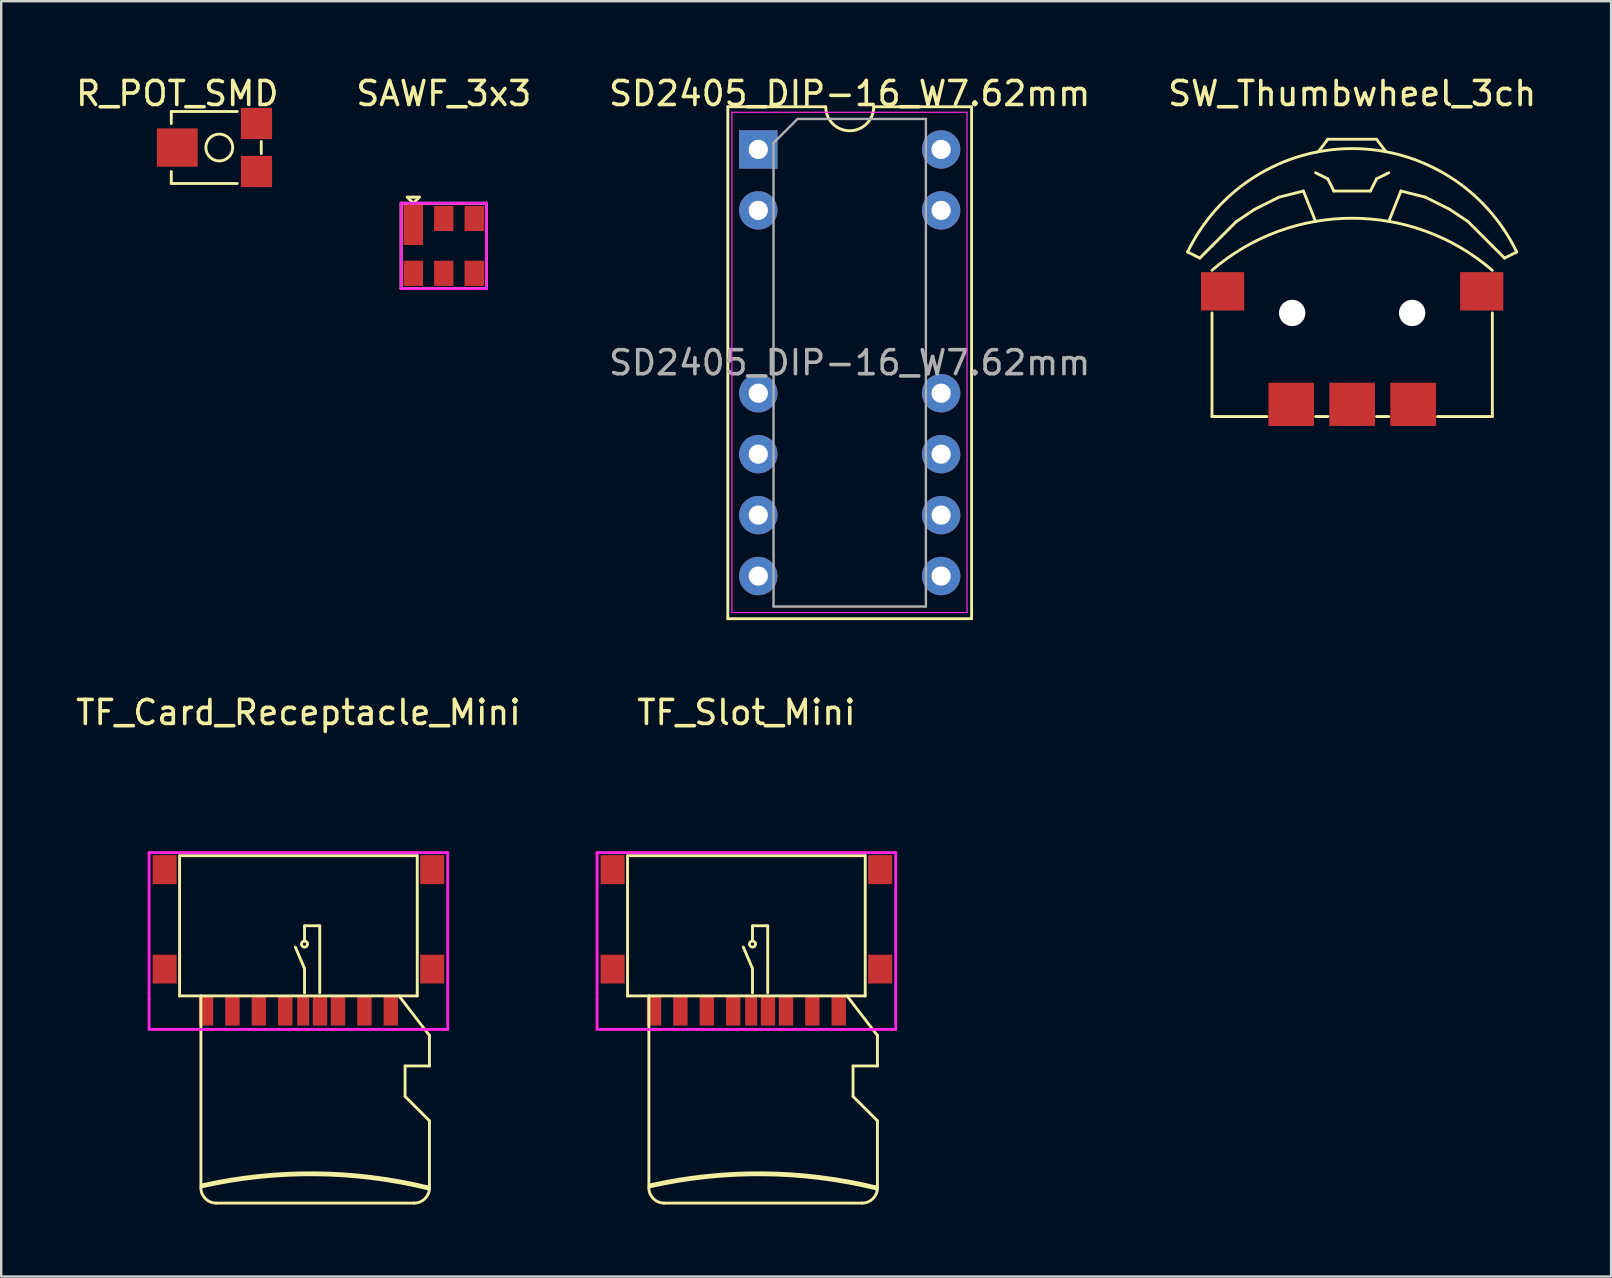
<source format=kicad_pcb>
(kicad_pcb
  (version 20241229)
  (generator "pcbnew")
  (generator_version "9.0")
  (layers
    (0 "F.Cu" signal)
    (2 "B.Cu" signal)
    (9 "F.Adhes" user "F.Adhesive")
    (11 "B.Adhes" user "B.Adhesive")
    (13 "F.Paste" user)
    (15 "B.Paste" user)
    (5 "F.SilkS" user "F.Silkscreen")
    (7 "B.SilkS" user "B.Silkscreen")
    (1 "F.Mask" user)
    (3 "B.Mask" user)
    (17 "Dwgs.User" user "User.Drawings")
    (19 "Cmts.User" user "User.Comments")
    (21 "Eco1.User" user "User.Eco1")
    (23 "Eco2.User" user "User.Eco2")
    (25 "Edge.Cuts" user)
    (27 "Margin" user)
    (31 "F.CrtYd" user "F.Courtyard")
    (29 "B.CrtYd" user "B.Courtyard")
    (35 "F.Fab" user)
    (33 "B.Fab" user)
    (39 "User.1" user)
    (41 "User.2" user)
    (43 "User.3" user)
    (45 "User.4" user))
  (footprint "R_POT_SMD"
    (layer "F.Cu")
    (at 4.339 3.098)
    (property "Reference" "R_POT_SMD" (at 0 -2.25 0) (layer "F.SilkS") (effects (font (size 1 1) (thickness 0.15))))
    (attr through_hole)
    (fp_line (start -0.25 -1.5) (end -0.25 -1) (stroke (width 0.12) (type solid)) (layer "F.SilkS"))
    (fp_line (start -0.25 -1.5) (end 2.5 -1.5) (stroke (width 0.12) (type solid)) (layer "F.SilkS"))
    (fp_line (start -0.25 1) (end -0.25 1.5) (stroke (width 0.12) (type solid)) (layer "F.SilkS"))
    (fp_line (start -0.25 1.5) (end 2.5 1.5) (stroke (width 0.12) (type solid)) (layer "F.SilkS"))
    (fp_line (start 3.5 -0.25) (end 3.5 0.25) (stroke (width 0.12) (type solid)) (layer "F.SilkS"))
    (fp_circle (center 1.75 0) (end 2.25 0.25) (stroke (width 0.12) (type solid)) (fill no) (layer "F.SilkS"))
    (pad "1" smd rect (at 3.3 1) (size 1.3 1.3) (layers "F.Cu" "F.Mask" "F.Paste"))
    (pad "2" smd rect (at 0 0) (size 1.7 1.6) (layers "F.Cu" "F.Mask" "F.Paste"))
    (pad "3" smd rect (at 3.3 -1) (size 1.3 1.3) (layers "F.Cu" "F.Mask" "F.Paste")))
  (footprint "SAWF_3x3"
    (layer "F.Cu")
    (at 15.446 7.198)
    (property "Reference" "SAWF_3x3" (at 0 -6.35 0) (layer "F.SilkS") (effects (font (size 1 1) (thickness 0.15))))
    (attr through_hole)
    (fp_line (start -1.778 -1.778) (end -1.778 1.778) (stroke (width 0.12) (type solid)) (layer "F.SilkS"))
    (fp_line (start -1.778 -1.778) (end -1.524 -1.778) (stroke (width 0.12) (type solid)) (layer "F.SilkS"))
    (fp_line (start -1.778 1.778) (end 1.778 1.778) (stroke (width 0.12) (type solid)) (layer "F.SilkS"))
    (fp_line (start -1.524 -2.032) (end -1.27 -2.032) (stroke (width 0.12) (type solid)) (layer "F.SilkS"))
    (fp_line (start -1.27 -2.032) (end -1.016 -2.032) (stroke (width 0.12) (type solid)) (layer "F.SilkS"))
    (fp_line (start -1.27 -1.778) (end -1.524 -2.032) (stroke (width 0.12) (type solid)) (layer "F.SilkS"))
    (fp_line (start -1.016 -2.032) (end -1.27 -1.778) (stroke (width 0.12) (type solid)) (layer "F.SilkS"))
    (fp_line (start 1.778 -1.778) (end -1.016 -1.778) (stroke (width 0.12) (type solid)) (layer "F.SilkS"))
    (fp_line (start 1.778 1.778) (end 1.778 -1.778) (stroke (width 0.12) (type solid)) (layer "F.SilkS"))
    (fp_line (start -1.778 -1.778) (end 1.778 -1.778) (stroke (width 0.12) (type solid)) (layer "F.CrtYd"))
    (fp_line (start -1.778 1.778) (end -1.778 -1.778) (stroke (width 0.12) (type solid)) (layer "F.CrtYd"))
    (fp_line (start 1.778 -1.778) (end 1.778 1.778) (stroke (width 0.12) (type solid)) (layer "F.CrtYd"))
    (fp_line (start 1.778 1.778) (end -1.778 1.778) (stroke (width 0.12) (type solid)) (layer "F.CrtYd"))
    (pad "1" smd rect (at -1.27 -0.889) (size 0.81 1.7) (layers "F.Cu" "F.Mask" "F.Paste"))
    (pad "2" smd rect (at 0 -1.143) (size 0.81 1.05) (layers "F.Cu" "F.Mask" "F.Paste"))
    (pad "3" smd rect (at 1.27 -1.143) (size 0.81 1.05) (layers "F.Cu" "F.Mask" "F.Paste"))
    (pad "4" smd rect (at 1.27 1.143) (size 0.81 1.05) (layers "F.Cu" "F.Mask" "F.Paste"))
    (pad "5" smd rect (at 0 1.143) (size 0.81 1.05) (layers "F.Cu" "F.Mask" "F.Paste"))
    (pad "6" smd rect (at -1.27 1.143) (size 0.81 1.05) (layers "F.Cu" "F.Mask" "F.Paste")))
  (footprint "TF_Card_Receptacle_Mini"
    (layer "F.Cu")
    (at 9.387 39.09)
    (property "Reference" "TF_Card_Receptacle_Mini" (at 0 -12.446 0) (layer "F.SilkS") (effects (font (size 1 1) (thickness 0.15))))
    (attr through_hole)
    (fp_line (start -4.953 -6.477) (end -4.953 -0.635) (stroke (width 0.12) (type solid)) (layer "F.SilkS"))
    (fp_line (start -4.953 -6.477) (end 4.953 -6.477) (stroke (width 0.12) (type solid)) (layer "F.SilkS"))
    (fp_line (start -4.064 7.366) (end -4.064 -0.635) (stroke (width 0.12) (type solid)) (layer "F.SilkS"))
    (fp_line (start 0.254 -3.556) (end 0.254 -2.921) (stroke (width 0.12) (type solid)) (layer "F.SilkS"))
    (fp_line (start 0.254 -1.778) (end -0.127 -2.667) (stroke (width 0.12) (type solid)) (layer "F.SilkS"))
    (fp_line (start 0.254 -1.778) (end 0.254 -0.762) (stroke (width 0.12) (type solid)) (layer "F.SilkS"))
    (fp_line (start 0.889 -3.556) (end 0.254 -3.556) (stroke (width 0.12) (type solid)) (layer "F.SilkS"))
    (fp_line (start 0.889 -0.762) (end 0.889 -3.556) (stroke (width 0.12) (type solid)) (layer "F.SilkS"))
    (fp_line (start 4.191 -0.635) (end 5.461 1.016) (stroke (width 0.12) (type solid)) (layer "F.SilkS"))
    (fp_line (start 4.445 2.286) (end 4.445 3.556) (stroke (width 0.12) (type solid)) (layer "F.SilkS"))
    (fp_line (start 4.445 3.556) (end 5.461 4.572) (stroke (width 0.12) (type solid)) (layer "F.SilkS"))
    (fp_line (start 4.826 8.001) (end -3.429 8.001) (stroke (width 0.12) (type solid)) (layer "F.SilkS"))
    (fp_line (start 4.953 -6.477) (end 4.953 -0.635) (stroke (width 0.12) (type solid)) (layer "F.SilkS"))
    (fp_line (start 4.953 -0.635) (end -4.953 -0.635) (stroke (width 0.12) (type solid)) (layer "F.SilkS"))
    (fp_line (start 5.461 1.016) (end 5.461 2.286) (stroke (width 0.12) (type solid)) (layer "F.SilkS"))
    (fp_line (start 5.461 2.286) (end 4.445 2.286) (stroke (width 0.12) (type solid)) (layer "F.SilkS"))
    (fp_line (start 5.461 4.572) (end 5.461 7.366) (stroke (width 0.12) (type solid)) (layer "F.SilkS"))
    (fp_arc (start -3.992424 7.275171) (mid 0.707769 6.779841) (end 5.3975 7.366) (stroke (width 0.2) (type solid)) (layer "F.SilkS"))
    (fp_arc (start -3.429 8.001) (mid -3.878013 7.815013) (end -4.064 7.366) (stroke (width 0.12) (type solid)) (layer "F.SilkS"))
    (fp_arc (start 5.461 7.366) (mid 5.275013 7.815013) (end 4.826 8.001) (stroke (width 0.12) (type solid)) (layer "F.SilkS"))
    (fp_circle (center 0.254 -2.794) (end 0.254 -2.667) (stroke (width 0.12) (type solid)) (fill no) (layer "F.SilkS"))
    (fp_line (start -6.223 -6.604) (end 6.223 -6.604) (stroke (width 0.12) (type solid)) (layer "F.CrtYd"))
    (fp_line (start -6.223 -0.508) (end -6.223 -6.604) (stroke (width 0.12) (type solid)) (layer "F.CrtYd"))
    (fp_line (start -6.223 0.762) (end -6.223 -0.508) (stroke (width 0.12) (type solid)) (layer "F.CrtYd"))
    (fp_line (start 6.223 -6.604) (end 6.223 0.762) (stroke (width 0.12) (type solid)) (layer "F.CrtYd"))
    (fp_line (start 6.223 0.762) (end -6.223 0.762) (stroke (width 0.12) (type solid)) (layer "F.CrtYd"))
    (pad "1" smd rect (at 3.85 0) (size 0.6 1.2) (layers "F.Cu" "F.Mask" "F.Paste"))
    (pad "2" smd rect (at 2.75 0) (size 0.6 1.2) (layers "F.Cu" "F.Mask" "F.Paste"))
    (pad "3" smd rect (at 1.65 0) (size 0.6 1.2) (layers "F.Cu" "F.Mask" "F.Paste"))
    (pad "4" smd rect (at 0.9 0) (size 0.6 1.2) (layers "F.Cu" "F.Mask" "F.Paste"))
    (pad "5" smd rect (at -0.55 0) (size 0.6 1.2) (layers "F.Cu" "F.Mask" "F.Paste"))
    (pad "6" smd rect (at -1.65 0) (size 0.6 1.2) (layers "F.Cu" "F.Mask" "F.Paste"))
    (pad "7" smd rect (at -2.75 0) (size 0.6 1.2) (layers "F.Cu" "F.Mask" "F.Paste"))
    (pad "8" smd rect (at -3.85 0) (size 0.6 1.2) (layers "F.Cu" "F.Mask" "F.Paste"))
    (pad "S" smd rect (at -5.575 -5.9) (size 1 1.2) (layers "F.Cu" "F.Mask" "F.Paste"))
    (pad "S" smd rect (at -5.575 -1.75) (size 1 1.2) (layers "F.Cu" "F.Mask" "F.Paste"))
    (pad "S" smd rect (at 5.575 -5.9) (size 1 1.2) (layers "F.Cu" "F.Mask" "F.Paste"))
    (pad "S" smd rect (at 5.575 -1.75) (size 1 1.2) (layers "F.Cu" "F.Mask" "F.Paste"))
    (pad "SW" smd rect (at 0.2 0) (size 0.5 1.2) (layers "F.Cu" "F.Mask" "F.Paste")))
  (footprint "TF_Slot_Mini"
    (layer "F.Cu")
    (at 28.057 39.09)
    (property "Reference" "TF_Slot_Mini" (at 0 -12.446 0) (layer "F.SilkS") (effects (font (size 1 1) (thickness 0.15))))
    (attr through_hole)
    (fp_line (start -4.953 -6.477) (end -4.953 -0.635) (stroke (width 0.12) (type solid)) (layer "F.SilkS"))
    (fp_line (start -4.953 -6.477) (end 4.953 -6.477) (stroke (width 0.12) (type solid)) (layer "F.SilkS"))
    (fp_line (start -4.064 7.366) (end -4.064 -0.635) (stroke (width 0.12) (type solid)) (layer "F.SilkS"))
    (fp_line (start 0.254 -3.556) (end 0.254 -2.921) (stroke (width 0.12) (type solid)) (layer "F.SilkS"))
    (fp_line (start 0.254 -1.778) (end -0.127 -2.667) (stroke (width 0.12) (type solid)) (layer "F.SilkS"))
    (fp_line (start 0.254 -1.778) (end 0.254 -0.762) (stroke (width 0.12) (type solid)) (layer "F.SilkS"))
    (fp_line (start 0.889 -3.556) (end 0.254 -3.556) (stroke (width 0.12) (type solid)) (layer "F.SilkS"))
    (fp_line (start 0.889 -0.762) (end 0.889 -3.556) (stroke (width 0.12) (type solid)) (layer "F.SilkS"))
    (fp_line (start 4.191 -0.635) (end 5.461 1.016) (stroke (width 0.12) (type solid)) (layer "F.SilkS"))
    (fp_line (start 4.445 2.286) (end 4.445 3.556) (stroke (width 0.12) (type solid)) (layer "F.SilkS"))
    (fp_line (start 4.445 3.556) (end 5.461 4.572) (stroke (width 0.12) (type solid)) (layer "F.SilkS"))
    (fp_line (start 4.826 8.001) (end -3.429 8.001) (stroke (width 0.12) (type solid)) (layer "F.SilkS"))
    (fp_line (start 4.953 -6.477) (end 4.953 -0.635) (stroke (width 0.12) (type solid)) (layer "F.SilkS"))
    (fp_line (start 4.953 -0.635) (end -4.953 -0.635) (stroke (width 0.12) (type solid)) (layer "F.SilkS"))
    (fp_line (start 5.461 1.016) (end 5.461 2.286) (stroke (width 0.12) (type solid)) (layer "F.SilkS"))
    (fp_line (start 5.461 2.286) (end 4.445 2.286) (stroke (width 0.12) (type solid)) (layer "F.SilkS"))
    (fp_line (start 5.461 4.572) (end 5.461 7.366) (stroke (width 0.12) (type solid)) (layer "F.SilkS"))
    (fp_arc (start -3.992424 7.275171) (mid 0.707769 6.779841) (end 5.3975 7.366) (stroke (width 0.2) (type solid)) (layer "F.SilkS"))
    (fp_arc (start -3.429 8.001) (mid -3.878013 7.815013) (end -4.064 7.366) (stroke (width 0.12) (type solid)) (layer "F.SilkS"))
    (fp_arc (start 5.461 7.366) (mid 5.275013 7.815013) (end 4.826 8.001) (stroke (width 0.12) (type solid)) (layer "F.SilkS"))
    (fp_circle (center 0.254 -2.794) (end 0.254 -2.667) (stroke (width 0.12) (type solid)) (fill no) (layer "F.SilkS"))
    (fp_line (start -6.223 -6.604) (end 6.223 -6.604) (stroke (width 0.12) (type solid)) (layer "F.CrtYd"))
    (fp_line (start -6.223 -0.508) (end -6.223 -6.604) (stroke (width 0.12) (type solid)) (layer "F.CrtYd"))
    (fp_line (start -6.223 0.762) (end -6.223 -0.508) (stroke (width 0.12) (type solid)) (layer "F.CrtYd"))
    (fp_line (start 6.223 -6.604) (end 6.223 0.762) (stroke (width 0.12) (type solid)) (layer "F.CrtYd"))
    (fp_line (start 6.223 0.762) (end -6.223 0.762) (stroke (width 0.12) (type solid)) (layer "F.CrtYd"))
    (pad "1" smd rect (at 3.85 0) (size 0.6 1.2) (layers "F.Cu" "F.Mask" "F.Paste"))
    (pad "2" smd rect (at 2.75 0) (size 0.6 1.2) (layers "F.Cu" "F.Mask" "F.Paste"))
    (pad "3" smd rect (at 1.65 0) (size 0.6 1.2) (layers "F.Cu" "F.Mask" "F.Paste"))
    (pad "4" smd rect (at 0.9 0) (size 0.6 1.2) (layers "F.Cu" "F.Mask" "F.Paste"))
    (pad "5" smd rect (at -0.55 0) (size 0.6 1.2) (layers "F.Cu" "F.Mask" "F.Paste"))
    (pad "6" smd rect (at -1.65 0) (size 0.6 1.2) (layers "F.Cu" "F.Mask" "F.Paste"))
    (pad "7" smd rect (at -2.75 0) (size 0.6 1.2) (layers "F.Cu" "F.Mask" "F.Paste"))
    (pad "8" smd rect (at -3.85 0) (size 0.6 1.2) (layers "F.Cu" "F.Mask" "F.Paste"))
    (pad "S" smd rect (at -5.575 -5.9) (size 1 1.2) (layers "F.Cu" "F.Mask" "F.Paste"))
    (pad "S" smd rect (at -5.575 -1.75) (size 1 1.2) (layers "F.Cu" "F.Mask" "F.Paste"))
    (pad "S" smd rect (at 5.575 -5.9) (size 1 1.2) (layers "F.Cu" "F.Mask" "F.Paste"))
    (pad "S" smd rect (at 5.575 -1.75) (size 1 1.2) (layers "F.Cu" "F.Mask" "F.Paste"))
    (pad "SW" smd rect (at 0.2 0) (size 0.5 1.2) (layers "F.Cu" "F.Mask" "F.Paste")))
  (footprint "SD2405_DIP-16_W7.62mm"
    (layer "F.Cu")
    (at 28.553 3.178)
    (property "Reference" "SD2405_DIP-16_W7.62mm" (at 3.81 -2.33 0) (layer "F.SilkS") (effects (font (size 1 1) (thickness 0.15))))
    (attr through_hole)
    (fp_line (start -1.27 -1.778) (end -1.27 19.558) (stroke (width 0.12) (type solid)) (layer "F.SilkS"))
    (fp_line (start -1.27 19.558) (end 8.89 19.558) (stroke (width 0.12) (type solid)) (layer "F.SilkS"))
    (fp_line (start 2.81 -1.778) (end -1.27 -1.778) (stroke (width 0.12) (type solid)) (layer "F.SilkS"))
    (fp_line (start 8.89 -1.778) (end 4.81 -1.778) (stroke (width 0.12) (type solid)) (layer "F.SilkS"))
    (fp_line (start 8.89 19.558) (end 8.89 -1.778) (stroke (width 0.12) (type solid)) (layer "F.SilkS"))
    (fp_arc (start 4.81 -1.778) (mid 3.81 -0.778) (end 2.81 -1.778) (stroke (width 0.12) (type solid)) (layer "F.SilkS"))
    (fp_line (start -1.1 -1.55) (end -1.1 19.3) (stroke (width 0.05) (type solid)) (layer "F.CrtYd"))
    (fp_line (start -1.1 19.3) (end 8.7 19.3) (stroke (width 0.05) (type solid)) (layer "F.CrtYd"))
    (fp_line (start 8.7 -1.55) (end -1.1 -1.55) (stroke (width 0.05) (type solid)) (layer "F.CrtYd"))
    (fp_line (start 8.7 19.3) (end 8.7 -1.55) (stroke (width 0.05) (type solid)) (layer "F.CrtYd"))
    (fp_line (start 0.635 -0.27) (end 1.635 -1.27) (stroke (width 0.1) (type solid)) (layer "F.Fab"))
    (fp_line (start 0.635 19.05) (end 0.635 -0.27) (stroke (width 0.1) (type solid)) (layer "F.Fab"))
    (fp_line (start 1.635 -1.27) (end 6.985 -1.27) (stroke (width 0.1) (type solid)) (layer "F.Fab"))
    (fp_line (start 6.985 -1.27) (end 6.985 19.05) (stroke (width 0.1) (type solid)) (layer "F.Fab"))
    (fp_line (start 6.985 19.05) (end 0.635 19.05) (stroke (width 0.1) (type solid)) (layer "F.Fab"))
    (fp_text user "${REFERENCE}" (at 3.81 8.89 0) (layer "F.Fab") (effects (font (size 1 1) (thickness 0.15))))
    (pad "1" thru_hole rect (at 0 0) (size 1.6 1.6) (drill 0.8) (layers "*.Cu" "*.Mask"))
    (pad "2" thru_hole oval (at 0 2.54) (size 1.6 1.6) (drill 0.8) (layers "*.Cu" "*.Mask"))
    (pad "5" thru_hole oval (at 0 10.16) (size 1.6 1.6) (drill 0.8) (layers "*.Cu" "*.Mask"))
    (pad "6" thru_hole oval (at 0 12.7) (size 1.6 1.6) (drill 0.8) (layers "*.Cu" "*.Mask"))
    (pad "7" thru_hole oval (at 0 15.24) (size 1.6 1.6) (drill 0.8) (layers "*.Cu" "*.Mask"))
    (pad "8" thru_hole oval (at 0 17.78) (size 1.6 1.6) (drill 0.8) (layers "*.Cu" "*.Mask"))
    (pad "9" thru_hole oval (at 7.62 17.78) (size 1.6 1.6) (drill 0.8) (layers "*.Cu" "*.Mask"))
    (pad "10" thru_hole oval (at 7.62 15.24) (size 1.6 1.6) (drill 0.8) (layers "*.Cu" "*.Mask"))
    (pad "11" thru_hole oval (at 7.62 12.7) (size 1.6 1.6) (drill 0.8) (layers "*.Cu" "*.Mask"))
    (pad "12" thru_hole oval (at 7.62 10.16) (size 1.6 1.6) (drill 0.8) (layers "*.Cu" "*.Mask"))
    (pad "15" thru_hole oval (at 7.62 2.54) (size 1.6 1.6) (drill 0.8) (layers "*.Cu" "*.Mask"))
    (pad "16" thru_hole oval (at 7.62 0) (size 1.6 1.6) (drill 0.8) (layers "*.Cu" "*.Mask")))
  (footprint "SW_Thumbwheel_3ch"
    (layer "F.Cu")
    (at 53.304 9.992)
    (property "Reference" "SW_Thumbwheel_3ch" (at 0 -9.144 0) (layer "F.SilkS") (effects (font (size 1 1) (thickness 0.15))))
    (attr through_hole)
    (fp_line (start -6.858 -2.54) (end -6.35 -2.286) (stroke (width 0.12) (type solid)) (layer "F.SilkS"))
    (fp_line (start -6.35 -2.286) (end -5.842 -2.794) (stroke (width 0.12) (type solid)) (layer "F.SilkS"))
    (fp_line (start -5.842 -2.794) (end -4.826 -3.81) (stroke (width 0.12) (type solid)) (layer "F.SilkS"))
    (fp_line (start -5.842 4.318) (end -5.842 0) (stroke (width 0.12) (type solid)) (layer "F.SilkS"))
    (fp_line (start -4.826 -3.81) (end -4.064 -4.318) (stroke (width 0.12) (type solid)) (layer "F.SilkS"))
    (fp_line (start -4.064 -4.318) (end -3.048 -4.826) (stroke (width 0.12) (type solid)) (layer "F.SilkS"))
    (fp_line (start -3.556 4.318) (end -5.842 4.318) (stroke (width 0.12) (type solid)) (layer "F.SilkS"))
    (fp_line (start -3.048 -4.826) (end -2.032 -5.08) (stroke (width 0.12) (type solid)) (layer "F.SilkS"))
    (fp_line (start -2.032 -5.08) (end -1.524 -3.81) (stroke (width 0.12) (type solid)) (layer "F.SilkS"))
    (fp_line (start -1.524 4.318) (end -1.016 4.318) (stroke (width 0.12) (type solid)) (layer "F.SilkS"))
    (fp_line (start -1.397 -6.731) (end -1.016 -7.239) (stroke (width 0.12) (type solid)) (layer "F.SilkS"))
    (fp_line (start -1.016 -7.239) (end 1.016 -7.239) (stroke (width 0.12) (type solid)) (layer "F.SilkS"))
    (fp_line (start -1.016 -5.588) (end -1.524 -5.842) (stroke (width 0.12) (type solid)) (layer "F.SilkS"))
    (fp_line (start -0.762 -5.08) (end -1.016 -5.588) (stroke (width 0.12) (type solid)) (layer "F.SilkS"))
    (fp_line (start -0.762 -5.08) (end 0.762 -5.08) (stroke (width 0.12) (type solid)) (layer "F.SilkS"))
    (fp_line (start 0.762 -5.08) (end 1.016 -5.588) (stroke (width 0.12) (type solid)) (layer "F.SilkS"))
    (fp_line (start 1.016 -7.239) (end 1.397 -6.731) (stroke (width 0.12) (type solid)) (layer "F.SilkS"))
    (fp_line (start 1.016 -5.588) (end 1.524 -5.842) (stroke (width 0.12) (type solid)) (layer "F.SilkS"))
    (fp_line (start 1.016 4.318) (end 1.524 4.318) (stroke (width 0.12) (type solid)) (layer "F.SilkS"))
    (fp_line (start 1.524 -3.81) (end 2.032 -5.08) (stroke (width 0.12) (type solid)) (layer "F.SilkS"))
    (fp_line (start 2.032 -5.08) (end 3.048 -4.826) (stroke (width 0.12) (type solid)) (layer "F.SilkS"))
    (fp_line (start 3.048 -4.826) (end 4.064 -4.318) (stroke (width 0.12) (type solid)) (layer "F.SilkS"))
    (fp_line (start 4.064 -4.318) (end 4.826 -3.81) (stroke (width 0.12) (type solid)) (layer "F.SilkS"))
    (fp_line (start 4.826 -3.81) (end 5.842 -2.794) (stroke (width 0.12) (type solid)) (layer "F.SilkS"))
    (fp_line (start 5.842 -2.794) (end 6.35 -2.286) (stroke (width 0.12) (type solid)) (layer "F.SilkS"))
    (fp_line (start 5.842 0) (end 5.842 4.318) (stroke (width 0.12) (type solid)) (layer "F.SilkS"))
    (fp_line (start 5.842 4.318) (end 3.556 4.318) (stroke (width 0.12) (type solid)) (layer "F.SilkS"))
    (fp_line (start 6.858 -2.54) (end 6.35 -2.286) (stroke (width 0.12) (type solid)) (layer "F.SilkS"))
    (fp_arc (start -6.858 -2.54) (mid 0 -6.849529) (end 6.858 -2.54) (stroke (width 0.12) (type solid)) (layer "F.SilkS"))
    (fp_arc (start -5.842 -1.778) (mid -0.000664 -3.946515) (end 5.840047 -1.776317) (stroke (width 0.12) (type solid)) (layer "F.SilkS"))
    (pad "" np_thru_hole circle (at -2.5 0) (size 1.1 1.1) (drill 1.1) (layers "*.Cu" "*.Mask"))
    (pad "" np_thru_hole circle (at 2.5 0) (size 1.1 1.1) (drill 1.1) (layers "*.Cu" "*.Mask"))
    (pad "1" smd rect (at -2.54 3.81) (size 1.9 1.8) (layers "F.Cu" "F.Mask" "F.Paste"))
    (pad "2" smd rect (at 2.54 3.81) (size 1.9 1.8) (layers "F.Cu" "F.Mask" "F.Paste"))
    (pad "C" smd rect (at -5.4 -0.9) (size 1.8 1.6) (layers "F.Cu" "F.Mask" "F.Paste"))
    (pad "C" smd rect (at 5.4 -0.9) (size 1.8 1.6) (layers "F.Cu" "F.Mask" "F.Paste"))
    (pad "T" smd rect (at 0 3.81) (size 1.9 1.8) (layers "F.Cu" "F.Mask" "F.Paste")))
  (gr_rect
    (start -3 -3)
    (end 64.095 50.151)
    (stroke (width 0.1) (type default))
    (fill no)
    (layer "Edge.Cuts")))
</source>
